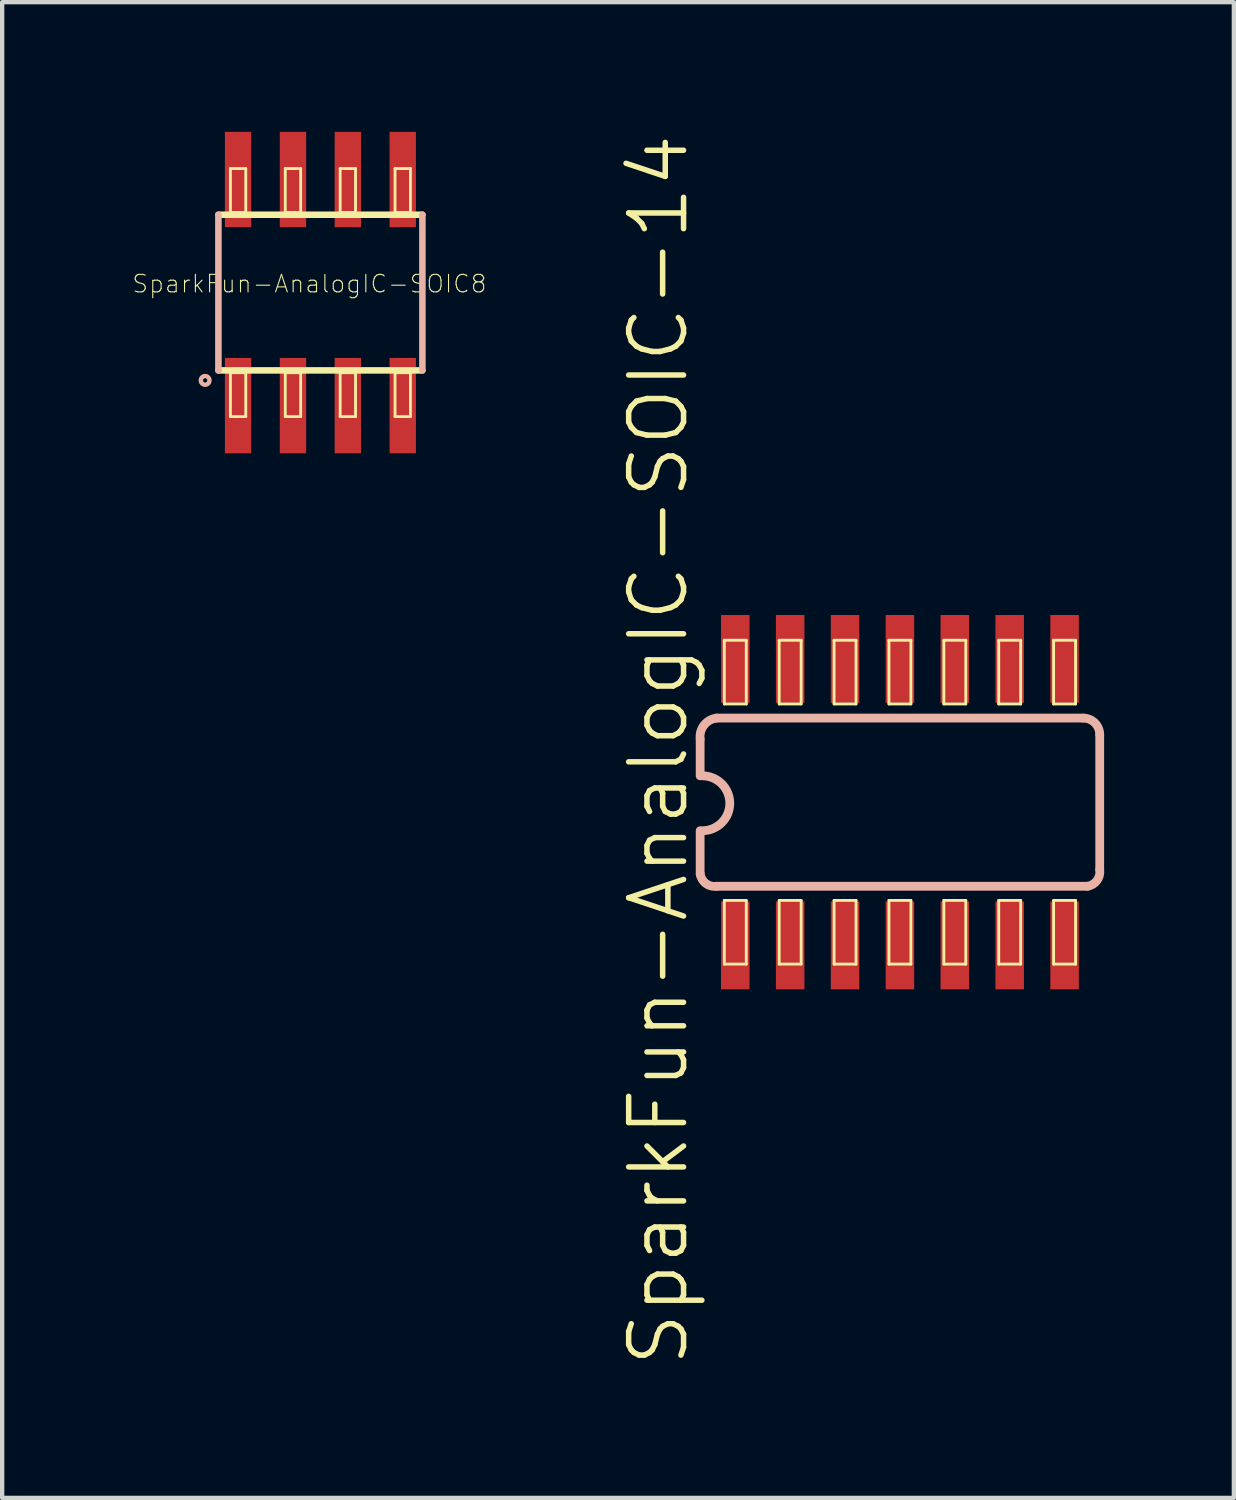
<source format=kicad_pcb>
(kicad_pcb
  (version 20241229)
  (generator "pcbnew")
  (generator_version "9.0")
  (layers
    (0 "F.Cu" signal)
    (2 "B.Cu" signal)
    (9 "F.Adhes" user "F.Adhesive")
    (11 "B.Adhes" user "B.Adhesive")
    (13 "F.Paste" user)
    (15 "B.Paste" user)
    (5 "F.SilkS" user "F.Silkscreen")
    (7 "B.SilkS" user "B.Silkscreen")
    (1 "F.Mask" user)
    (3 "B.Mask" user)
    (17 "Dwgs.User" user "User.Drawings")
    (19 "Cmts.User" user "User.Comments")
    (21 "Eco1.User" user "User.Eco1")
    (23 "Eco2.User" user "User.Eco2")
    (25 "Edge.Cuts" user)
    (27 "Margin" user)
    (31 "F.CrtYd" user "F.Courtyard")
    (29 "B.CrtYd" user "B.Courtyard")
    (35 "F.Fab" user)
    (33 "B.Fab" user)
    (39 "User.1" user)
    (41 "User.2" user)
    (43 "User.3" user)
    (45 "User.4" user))
  (footprint "SparkFun-AnalogIC-SOIC-14"
    (layer "F.Cu")
    (at 18.409 15.512)
    (property "Reference" "SparkFun-AnalogIC-SOIC-14" (at -6.223 -1.206 90) (layer "F.SilkS") (effects (font (size 1.27 1.27) (thickness 0.127))))
    (attr smd)
    (fp_line (start -4.699 -3.747) (end -4.191 -3.747) (stroke (width 0.066) (type solid)) (layer "F.SilkS"))
    (fp_line (start -4.699 -2.273) (end -4.699 -3.747) (stroke (width 0.066) (type solid)) (layer "F.SilkS"))
    (fp_line (start -4.699 -2.273) (end -4.191 -2.273) (stroke (width 0.066) (type solid)) (layer "F.SilkS"))
    (fp_line (start -4.699 2.273) (end -4.191 2.273) (stroke (width 0.066) (type solid)) (layer "F.SilkS"))
    (fp_line (start -4.699 3.747) (end -4.699 2.273) (stroke (width 0.066) (type solid)) (layer "F.SilkS"))
    (fp_line (start -4.699 3.747) (end -4.191 3.747) (stroke (width 0.066) (type solid)) (layer "F.SilkS"))
    (fp_line (start -4.191 -2.273) (end -4.191 -3.747) (stroke (width 0.066) (type solid)) (layer "F.SilkS"))
    (fp_line (start -4.191 3.747) (end -4.191 2.273) (stroke (width 0.066) (type solid)) (layer "F.SilkS"))
    (fp_line (start -3.429 -3.747) (end -2.921 -3.747) (stroke (width 0.066) (type solid)) (layer "F.SilkS"))
    (fp_line (start -3.429 -2.273) (end -3.429 -3.747) (stroke (width 0.066) (type solid)) (layer "F.SilkS"))
    (fp_line (start -3.429 -2.273) (end -2.921 -2.273) (stroke (width 0.066) (type solid)) (layer "F.SilkS"))
    (fp_line (start -3.429 2.273) (end -2.921 2.273) (stroke (width 0.066) (type solid)) (layer "F.SilkS"))
    (fp_line (start -3.429 3.747) (end -3.429 2.273) (stroke (width 0.066) (type solid)) (layer "F.SilkS"))
    (fp_line (start -3.429 3.747) (end -2.921 3.747) (stroke (width 0.066) (type solid)) (layer "F.SilkS"))
    (fp_line (start -2.921 -2.273) (end -2.921 -3.747) (stroke (width 0.066) (type solid)) (layer "F.SilkS"))
    (fp_line (start -2.921 3.747) (end -2.921 2.273) (stroke (width 0.066) (type solid)) (layer "F.SilkS"))
    (fp_line (start -2.159 -3.747) (end -1.651 -3.747) (stroke (width 0.066) (type solid)) (layer "F.SilkS"))
    (fp_line (start -2.159 -2.273) (end -2.159 -3.747) (stroke (width 0.066) (type solid)) (layer "F.SilkS"))
    (fp_line (start -2.159 -2.273) (end -1.651 -2.273) (stroke (width 0.066) (type solid)) (layer "F.SilkS"))
    (fp_line (start -2.159 2.273) (end -1.651 2.273) (stroke (width 0.066) (type solid)) (layer "F.SilkS"))
    (fp_line (start -2.159 3.747) (end -2.159 2.273) (stroke (width 0.066) (type solid)) (layer "F.SilkS"))
    (fp_line (start -2.159 3.747) (end -1.651 3.747) (stroke (width 0.066) (type solid)) (layer "F.SilkS"))
    (fp_line (start -1.651 -2.273) (end -1.651 -3.747) (stroke (width 0.066) (type solid)) (layer "F.SilkS"))
    (fp_line (start -1.651 3.747) (end -1.651 2.273) (stroke (width 0.066) (type solid)) (layer "F.SilkS"))
    (fp_line (start -0.889 -3.747) (end -0.381 -3.747) (stroke (width 0.066) (type solid)) (layer "F.SilkS"))
    (fp_line (start -0.889 -2.273) (end -0.889 -3.747) (stroke (width 0.066) (type solid)) (layer "F.SilkS"))
    (fp_line (start -0.889 -2.273) (end -0.381 -2.273) (stroke (width 0.066) (type solid)) (layer "F.SilkS"))
    (fp_line (start -0.889 2.273) (end -0.381 2.273) (stroke (width 0.066) (type solid)) (layer "F.SilkS"))
    (fp_line (start -0.889 3.747) (end -0.889 2.273) (stroke (width 0.066) (type solid)) (layer "F.SilkS"))
    (fp_line (start -0.889 3.747) (end -0.381 3.747) (stroke (width 0.066) (type solid)) (layer "F.SilkS"))
    (fp_line (start -0.381 -2.273) (end -0.381 -3.747) (stroke (width 0.066) (type solid)) (layer "F.SilkS"))
    (fp_line (start -0.381 3.747) (end -0.381 2.273) (stroke (width 0.066) (type solid)) (layer "F.SilkS"))
    (fp_line (start 0.381 -3.747) (end 0.889 -3.747) (stroke (width 0.066) (type solid)) (layer "F.SilkS"))
    (fp_line (start 0.381 -2.273) (end 0.381 -3.747) (stroke (width 0.066) (type solid)) (layer "F.SilkS"))
    (fp_line (start 0.381 -2.273) (end 0.889 -2.273) (stroke (width 0.066) (type solid)) (layer "F.SilkS"))
    (fp_line (start 0.381 2.273) (end 0.889 2.273) (stroke (width 0.066) (type solid)) (layer "F.SilkS"))
    (fp_line (start 0.381 3.747) (end 0.381 2.273) (stroke (width 0.066) (type solid)) (layer "F.SilkS"))
    (fp_line (start 0.381 3.747) (end 0.889 3.747) (stroke (width 0.066) (type solid)) (layer "F.SilkS"))
    (fp_line (start 0.889 -2.273) (end 0.889 -3.747) (stroke (width 0.066) (type solid)) (layer "F.SilkS"))
    (fp_line (start 0.889 3.747) (end 0.889 2.273) (stroke (width 0.066) (type solid)) (layer "F.SilkS"))
    (fp_line (start 1.651 -3.747) (end 2.159 -3.747) (stroke (width 0.066) (type solid)) (layer "F.SilkS"))
    (fp_line (start 1.651 -2.273) (end 1.651 -3.747) (stroke (width 0.066) (type solid)) (layer "F.SilkS"))
    (fp_line (start 1.651 -2.273) (end 2.159 -2.273) (stroke (width 0.066) (type solid)) (layer "F.SilkS"))
    (fp_line (start 1.651 2.273) (end 2.159 2.273) (stroke (width 0.066) (type solid)) (layer "F.SilkS"))
    (fp_line (start 1.651 3.747) (end 1.651 2.273) (stroke (width 0.066) (type solid)) (layer "F.SilkS"))
    (fp_line (start 1.651 3.747) (end 2.159 3.747) (stroke (width 0.066) (type solid)) (layer "F.SilkS"))
    (fp_line (start 2.159 -2.273) (end 2.159 -3.747) (stroke (width 0.066) (type solid)) (layer "F.SilkS"))
    (fp_line (start 2.159 3.747) (end 2.159 2.273) (stroke (width 0.066) (type solid)) (layer "F.SilkS"))
    (fp_line (start 2.921 -3.747) (end 3.429 -3.747) (stroke (width 0.066) (type solid)) (layer "F.SilkS"))
    (fp_line (start 2.921 -2.273) (end 2.921 -3.747) (stroke (width 0.066) (type solid)) (layer "F.SilkS"))
    (fp_line (start 2.921 -2.273) (end 3.429 -2.273) (stroke (width 0.066) (type solid)) (layer "F.SilkS"))
    (fp_line (start 2.921 2.273) (end 3.429 2.273) (stroke (width 0.066) (type solid)) (layer "F.SilkS"))
    (fp_line (start 2.921 3.747) (end 2.921 2.273) (stroke (width 0.066) (type solid)) (layer "F.SilkS"))
    (fp_line (start 2.921 3.747) (end 3.429 3.747) (stroke (width 0.066) (type solid)) (layer "F.SilkS"))
    (fp_line (start 3.429 -2.273) (end 3.429 -3.747) (stroke (width 0.066) (type solid)) (layer "F.SilkS"))
    (fp_line (start 3.429 3.747) (end 3.429 2.273) (stroke (width 0.066) (type solid)) (layer "F.SilkS"))
    (fp_line (start -5.258 -1.45) (end -5.258 -0.61) (stroke (width 0.203) (type solid)) (layer "B.SilkS"))
    (fp_line (start -5.258 1.664) (end -5.258 0.66) (stroke (width 0.203) (type solid)) (layer "B.SilkS"))
    (fp_line (start -4.877 1.946) (end 3.706 1.946) (stroke (width 0.203) (type solid)) (layer "B.SilkS"))
    (fp_line (start 3.604 -1.946) (end -4.877 -1.946) (stroke (width 0.203) (type solid)) (layer "B.SilkS"))
    (fp_line (start 3.988 1.565) (end 3.988 -1.565) (stroke (width 0.203) (type solid)) (layer "B.SilkS"))
    (fp_arc (start -5.2578 -1.46304) (mid -5.16725 -1.783248) (end -4.8768 -1.94564) (stroke (width 0.2032) (type solid)) (layer "B.SilkS"))
    (fp_arc (start -5.207 -0.6096) (mid -4.572 0.0254) (end -5.207 0.6604) (stroke (width 0.2032) (type solid)) (layer "B.SilkS"))
    (fp_arc (start -4.8768 1.94564) (mid -5.124422 1.883052) (end -5.25526 1.6637) (stroke (width 0.2032) (type solid)) (layer "B.SilkS"))
    (fp_arc (start 3.60426 -1.94564) (mid 3.874412 -1.835844) (end 3.9878 -1.56718) (stroke (width 0.2032) (type solid)) (layer "B.SilkS"))
    (fp_arc (start 3.9878 1.56464) (mid 3.924468 1.814058) (end 3.70332 1.94564) (stroke (width 0.2032) (type solid)) (layer "B.SilkS"))
    (pad "1" smd rect (at -4.445 3.315) (size 0.66 2.032) (layers "F.Cu" "F.Mask" "F.Paste"))
    (pad "2" smd rect (at -3.175 3.315) (size 0.66 2.032) (layers "F.Cu" "F.Mask" "F.Paste"))
    (pad "3" smd rect (at -1.905 3.315) (size 0.66 2.032) (layers "F.Cu" "F.Mask" "F.Paste"))
    (pad "4" smd rect (at -0.635 3.315) (size 0.66 2.032) (layers "F.Cu" "F.Mask" "F.Paste"))
    (pad "5" smd rect (at 0.635 3.315) (size 0.66 2.032) (layers "F.Cu" "F.Mask" "F.Paste"))
    (pad "6" smd rect (at 1.905 3.315) (size 0.66 2.032) (layers "F.Cu" "F.Mask" "F.Paste"))
    (pad "7" smd rect (at 3.175 3.315) (size 0.66 2.032) (layers "F.Cu" "F.Mask" "F.Paste"))
    (pad "8" smd rect (at 3.175 -3.315) (size 0.66 2.032) (layers "F.Cu" "F.Mask" "F.Paste"))
    (pad "9" smd rect (at 1.905 -3.315) (size 0.66 2.032) (layers "F.Cu" "F.Mask" "F.Paste"))
    (pad "10" smd rect (at 0.635 -3.315) (size 0.66 2.032) (layers "F.Cu" "F.Mask" "F.Paste"))
    (pad "11" smd rect (at -0.635 -3.315) (size 0.66 2.032) (layers "F.Cu" "F.Mask" "F.Paste"))
    (pad "12" smd rect (at -1.905 -3.315) (size 0.66 2.032) (layers "F.Cu" "F.Mask" "F.Paste"))
    (pad "13" smd rect (at -3.175 -3.315) (size 0.66 2.032) (layers "F.Cu" "F.Mask" "F.Paste"))
    (pad "14" smd rect (at -4.445 -3.315) (size 0.66 2.032) (layers "F.Cu" "F.Mask" "F.Paste")))
  (footprint "SparkFun-AnalogIC-SOIC8"
    (layer "F.Cu")
    (at 4.364 3.72)
    (property "Reference" "SparkFun-AnalogIC-SOIC8" (at -0.254 -0.203 0) (layer "F.SilkS") (effects (font (size 0.406 0.406) (thickness 0.025))))
    (attr smd)
    (fp_line (start -2.36 1.801) (end 2.36 1.801) (stroke (width 0.152) (type solid)) (layer "F.SilkS"))
    (fp_line (start -2.083 -2.87) (end -1.727 -2.87) (stroke (width 0.066) (type solid)) (layer "F.SilkS"))
    (fp_line (start -2.083 -1.854) (end -2.083 -2.87) (stroke (width 0.066) (type solid)) (layer "F.SilkS"))
    (fp_line (start -2.083 -1.854) (end -1.727 -1.854) (stroke (width 0.066) (type solid)) (layer "F.SilkS"))
    (fp_line (start -2.083 1.854) (end -1.727 1.854) (stroke (width 0.066) (type solid)) (layer "F.SilkS"))
    (fp_line (start -2.083 2.87) (end -2.083 1.854) (stroke (width 0.066) (type solid)) (layer "F.SilkS"))
    (fp_line (start -2.083 2.87) (end -1.727 2.87) (stroke (width 0.066) (type solid)) (layer "F.SilkS"))
    (fp_line (start -1.727 -1.854) (end -1.727 -2.87) (stroke (width 0.066) (type solid)) (layer "F.SilkS"))
    (fp_line (start -1.727 2.87) (end -1.727 1.854) (stroke (width 0.066) (type solid)) (layer "F.SilkS"))
    (fp_line (start -0.813 -2.87) (end -0.457 -2.87) (stroke (width 0.066) (type solid)) (layer "F.SilkS"))
    (fp_line (start -0.813 -1.854) (end -0.813 -2.87) (stroke (width 0.066) (type solid)) (layer "F.SilkS"))
    (fp_line (start -0.813 -1.854) (end -0.457 -1.854) (stroke (width 0.066) (type solid)) (layer "F.SilkS"))
    (fp_line (start -0.813 1.854) (end -0.457 1.854) (stroke (width 0.066) (type solid)) (layer "F.SilkS"))
    (fp_line (start -0.813 2.87) (end -0.813 1.854) (stroke (width 0.066) (type solid)) (layer "F.SilkS"))
    (fp_line (start -0.813 2.87) (end -0.457 2.87) (stroke (width 0.066) (type solid)) (layer "F.SilkS"))
    (fp_line (start -0.457 -1.854) (end -0.457 -2.87) (stroke (width 0.066) (type solid)) (layer "F.SilkS"))
    (fp_line (start -0.457 2.87) (end -0.457 1.854) (stroke (width 0.066) (type solid)) (layer "F.SilkS"))
    (fp_line (start 0.457 -2.87) (end 0.813 -2.87) (stroke (width 0.066) (type solid)) (layer "F.SilkS"))
    (fp_line (start 0.457 -1.854) (end 0.457 -2.87) (stroke (width 0.066) (type solid)) (layer "F.SilkS"))
    (fp_line (start 0.457 -1.854) (end 0.813 -1.854) (stroke (width 0.066) (type solid)) (layer "F.SilkS"))
    (fp_line (start 0.457 1.854) (end 0.813 1.854) (stroke (width 0.066) (type solid)) (layer "F.SilkS"))
    (fp_line (start 0.457 2.87) (end 0.457 1.854) (stroke (width 0.066) (type solid)) (layer "F.SilkS"))
    (fp_line (start 0.457 2.87) (end 0.813 2.87) (stroke (width 0.066) (type solid)) (layer "F.SilkS"))
    (fp_line (start 0.813 -1.854) (end 0.813 -2.87) (stroke (width 0.066) (type solid)) (layer "F.SilkS"))
    (fp_line (start 0.813 2.87) (end 0.813 1.854) (stroke (width 0.066) (type solid)) (layer "F.SilkS"))
    (fp_line (start 1.727 -2.87) (end 2.083 -2.87) (stroke (width 0.066) (type solid)) (layer "F.SilkS"))
    (fp_line (start 1.727 -1.854) (end 1.727 -2.87) (stroke (width 0.066) (type solid)) (layer "F.SilkS"))
    (fp_line (start 1.727 -1.854) (end 2.083 -1.854) (stroke (width 0.066) (type solid)) (layer "F.SilkS"))
    (fp_line (start 1.727 1.854) (end 2.083 1.854) (stroke (width 0.066) (type solid)) (layer "F.SilkS"))
    (fp_line (start 1.727 2.87) (end 1.727 1.854) (stroke (width 0.066) (type solid)) (layer "F.SilkS"))
    (fp_line (start 1.727 2.87) (end 2.083 2.87) (stroke (width 0.066) (type solid)) (layer "F.SilkS"))
    (fp_line (start 2.083 -1.854) (end 2.083 -2.87) (stroke (width 0.066) (type solid)) (layer "F.SilkS"))
    (fp_line (start 2.083 2.87) (end 2.083 1.854) (stroke (width 0.066) (type solid)) (layer "F.SilkS"))
    (fp_line (start 2.36 -1.801) (end -2.36 -1.801) (stroke (width 0.152) (type solid)) (layer "F.SilkS"))
    (fp_line (start -2.36 -1.801) (end -2.36 1.801) (stroke (width 0.152) (type solid)) (layer "B.SilkS"))
    (fp_line (start 2.36 1.801) (end 2.36 -1.801) (stroke (width 0.152) (type solid)) (layer "B.SilkS"))
    (fp_circle (center -2.667 2.032) (end -2.738 2.103) (stroke (width 0.102) (type solid)) (fill no) (layer "B.SilkS"))
    (pad "1" smd rect (at -1.905 2.616) (size 0.61 2.207) (layers "F.Cu" "F.Mask" "F.Paste"))
    (pad "2" smd rect (at -0.635 2.616) (size 0.61 2.207) (layers "F.Cu" "F.Mask" "F.Paste"))
    (pad "3" smd rect (at 0.635 2.616) (size 0.61 2.207) (layers "F.Cu" "F.Mask" "F.Paste"))
    (pad "4" smd rect (at 1.905 2.616) (size 0.61 2.207) (layers "F.Cu" "F.Mask" "F.Paste"))
    (pad "5" smd rect (at 1.905 -2.616) (size 0.61 2.207) (layers "F.Cu" "F.Mask" "F.Paste"))
    (pad "6" smd rect (at 0.635 -2.616) (size 0.61 2.207) (layers "F.Cu" "F.Mask" "F.Paste"))
    (pad "7" smd rect (at -0.635 -2.616) (size 0.61 2.207) (layers "F.Cu" "F.Mask" "F.Paste"))
    (pad "8" smd rect (at -1.905 -2.616) (size 0.61 2.207) (layers "F.Cu" "F.Mask" "F.Paste")))
  (gr_rect
    (start -3 -3)
    (end 25.501 31.611)
    (stroke (width 0.1) (type default))
    (fill no)
    (layer "Edge.Cuts")))
</source>
